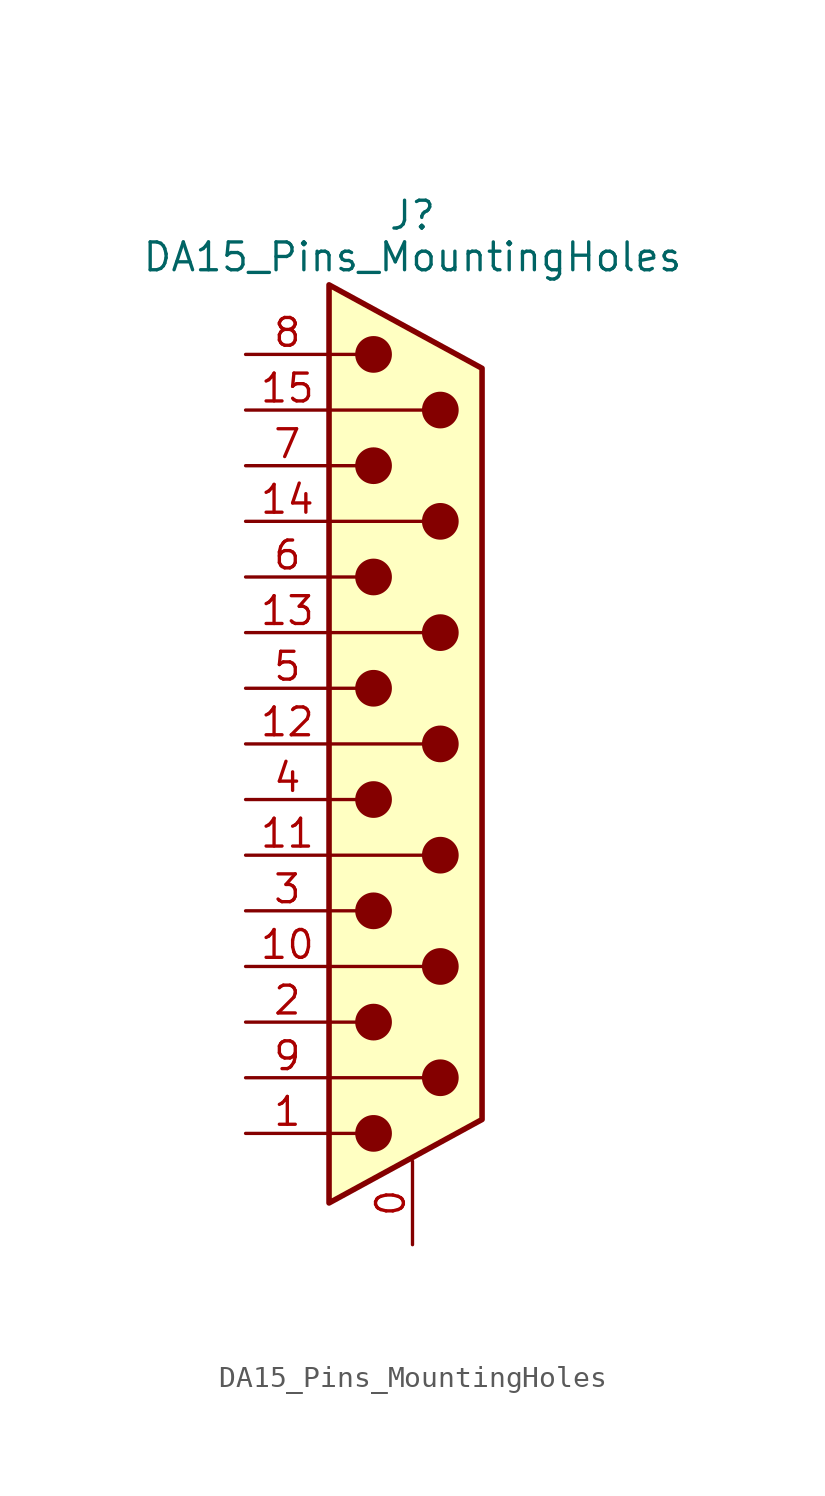
<source format=kicad_sym>
(kicad_symbol_lib
  (version 20241209)
  (generator "kicad_symbol_editor")
  (generator_version "9.0")
  (symbol "DA15_Pins_MountingHoles"
    (pin_names
      (offset 1.016)
      (hide yes))
    (property "Reference" "J"
      (at 0 24.13 0)
      (effects (font (size 1.27 1.27))))
    (property "Value" "DA15_Pins_MountingHoles"
      (at 0 22.225 0)
      (effects (font (size 1.27 1.27))))
    (symbol "DA15_Pins_MountingHoles_0_1"
      (polyline (pts (xy -3.81 17.78) (xy -2.54 17.78)) (stroke (width 0) (type default)) (fill (type none)))
      (polyline (pts (xy -3.81 15.24) (xy 0.508 15.24)) (stroke (width 0) (type default)) (fill (type none)))
      (polyline (pts (xy -3.81 12.7) (xy -2.54 12.7)) (stroke (width 0) (type default)) (fill (type none)))
      (polyline (pts (xy -3.81 10.16) (xy 0.508 10.16)) (stroke (width 0) (type default)) (fill (type none)))
      (polyline (pts (xy -3.81 7.62) (xy -2.54 7.62)) (stroke (width 0) (type default)) (fill (type none)))
      (polyline (pts (xy -3.81 5.08) (xy 0.508 5.08)) (stroke (width 0) (type default)) (fill (type none)))
      (polyline (pts (xy -3.81 2.54) (xy -2.54 2.54)) (stroke (width 0) (type default)) (fill (type none)))
      (polyline (pts (xy -3.81 0) (xy 0.508 0)) (stroke (width 0) (type default)) (fill (type none)))
      (polyline (pts (xy -3.81 -2.54) (xy -2.54 -2.54)) (stroke (width 0) (type default)) (fill (type none)))
      (polyline (pts (xy -3.81 -5.08) (xy 0.508 -5.08)) (stroke (width 0) (type default)) (fill (type none)))
      (polyline (pts (xy -3.81 -7.62) (xy -2.54 -7.62)) (stroke (width 0) (type default)) (fill (type none)))
      (polyline (pts (xy -3.81 -10.16) (xy 0.508 -10.16)) (stroke (width 0) (type default)) (fill (type none)))
      (polyline (pts (xy -3.81 -12.7) (xy -2.54 -12.7)) (stroke (width 0) (type default)) (fill (type none)))
      (polyline (pts (xy -3.81 -15.24) (xy 0.508 -15.24)) (stroke (width 0) (type default)) (fill (type none)))
      (polyline (pts (xy -3.81 -17.78) (xy -2.54 -17.78)) (stroke (width 0) (type default)) (fill (type none)))
      (polyline (pts (xy -3.81 -20.955) (xy 3.175 -17.145) (xy 3.175 17.145) (xy -3.81 20.955) (xy -3.81 -20.955)) (stroke (width 0.254) (type default)) (fill (type background)))
      (circle (center -1.778 17.78) (radius 0.762) (stroke (width 0) (type default)) (fill (type outline)))
      (circle (center -1.778 12.7) (radius 0.762) (stroke (width 0) (type default)) (fill (type outline)))
      (circle (center -1.778 7.62) (radius 0.762) (stroke (width 0) (type default)) (fill (type outline)))
      (circle (center -1.778 2.54) (radius 0.762) (stroke (width 0) (type default)) (fill (type outline)))
      (circle (center -1.778 -2.54) (radius 0.762) (stroke (width 0) (type default)) (fill (type outline)))
      (circle (center -1.778 -7.62) (radius 0.762) (stroke (width 0) (type default)) (fill (type outline)))
      (circle (center -1.778 -12.7) (radius 0.762) (stroke (width 0) (type default)) (fill (type outline)))
      (circle (center -1.778 -17.78) (radius 0.762) (stroke (width 0) (type default)) (fill (type outline)))
      (circle (center 1.27 15.24) (radius 0.762) (stroke (width 0) (type default)) (fill (type outline)))
      (circle (center 1.27 10.16) (radius 0.762) (stroke (width 0) (type default)) (fill (type outline)))
      (circle (center 1.27 5.08) (radius 0.762) (stroke (width 0) (type default)) (fill (type outline)))
      (circle (center 1.27 0) (radius 0.762) (stroke (width 0) (type default)) (fill (type outline)))
      (circle (center 1.27 -5.08) (radius 0.762) (stroke (width 0) (type default)) (fill (type outline)))
      (circle (center 1.27 -10.16) (radius 0.762) (stroke (width 0) (type default)) (fill (type outline)))
      (circle (center 1.27 -15.24) (radius 0.762) (stroke (width 0) (type default)) (fill (type outline))))
    (symbol "DA15_Pins_MountingHoles_1_1"
      (pin passive line (at -7.62 17.78 0) (length 3.81) (name "8" (effects (font (size 1.27 1.27)))) (number "8" (effects (font (size 1.27 1.27)))))
      (pin passive line (at -7.62 15.24 0) (length 3.81) (name "P15" (effects (font (size 1.27 1.27)))) (number "15" (effects (font (size 1.27 1.27)))))
      (pin passive line (at -7.62 12.7 0) (length 3.81) (name "7" (effects (font (size 1.27 1.27)))) (number "7" (effects (font (size 1.27 1.27)))))
      (pin passive line (at -7.62 10.16 0) (length 3.81) (name "P14" (effects (font (size 1.27 1.27)))) (number "14" (effects (font (size 1.27 1.27)))))
      (pin passive line (at -7.62 7.62 0) (length 3.81) (name "6" (effects (font (size 1.27 1.27)))) (number "6" (effects (font (size 1.27 1.27)))))
      (pin passive line (at -7.62 5.08 0) (length 3.81) (name "P13" (effects (font (size 1.27 1.27)))) (number "13" (effects (font (size 1.27 1.27)))))
      (pin passive line (at -7.62 2.54 0) (length 3.81) (name "5" (effects (font (size 1.27 1.27)))) (number "5" (effects (font (size 1.27 1.27)))))
      (pin passive line (at -7.62 0 0) (length 3.81) (name "P12" (effects (font (size 1.27 1.27)))) (number "12" (effects (font (size 1.27 1.27)))))
      (pin passive line (at -7.62 -2.54 0) (length 3.81) (name "4" (effects (font (size 1.27 1.27)))) (number "4" (effects (font (size 1.27 1.27)))))
      (pin passive line (at -7.62 -5.08 0) (length 3.81) (name "P111" (effects (font (size 1.27 1.27)))) (number "11" (effects (font (size 1.27 1.27)))))
      (pin passive line (at -7.62 -7.62 0) (length 3.81) (name "3" (effects (font (size 1.27 1.27)))) (number "3" (effects (font (size 1.27 1.27)))))
      (pin passive line (at -7.62 -10.16 0) (length 3.81) (name "P10" (effects (font (size 1.27 1.27)))) (number "10" (effects (font (size 1.27 1.27)))))
      (pin passive line (at -7.62 -12.7 0) (length 3.81) (name "2" (effects (font (size 1.27 1.27)))) (number "2" (effects (font (size 1.27 1.27)))))
      (pin passive line (at -7.62 -15.24 0) (length 3.81) (name "P9" (effects (font (size 1.27 1.27)))) (number "9" (effects (font (size 1.27 1.27)))))
      (pin passive line (at -7.62 -17.78 0) (length 3.81) (name "1" (effects (font (size 1.27 1.27)))) (number "1" (effects (font (size 1.27 1.27)))))
      (pin passive line (at 0 -22.86 90) (length 3.81) (name "PAD" (effects (font (size 1.27 1.27)))) (number "0" (effects (font (size 1.27 1.27))))))))
</source>
